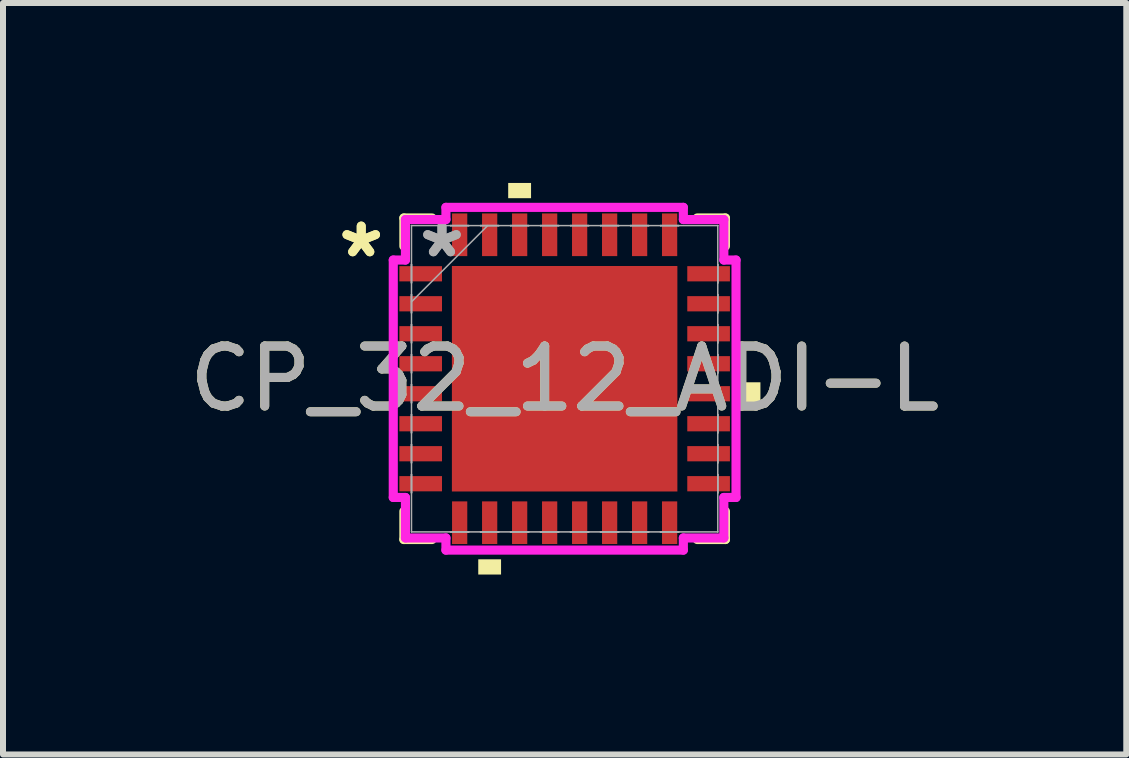
<source format=kicad_pcb>
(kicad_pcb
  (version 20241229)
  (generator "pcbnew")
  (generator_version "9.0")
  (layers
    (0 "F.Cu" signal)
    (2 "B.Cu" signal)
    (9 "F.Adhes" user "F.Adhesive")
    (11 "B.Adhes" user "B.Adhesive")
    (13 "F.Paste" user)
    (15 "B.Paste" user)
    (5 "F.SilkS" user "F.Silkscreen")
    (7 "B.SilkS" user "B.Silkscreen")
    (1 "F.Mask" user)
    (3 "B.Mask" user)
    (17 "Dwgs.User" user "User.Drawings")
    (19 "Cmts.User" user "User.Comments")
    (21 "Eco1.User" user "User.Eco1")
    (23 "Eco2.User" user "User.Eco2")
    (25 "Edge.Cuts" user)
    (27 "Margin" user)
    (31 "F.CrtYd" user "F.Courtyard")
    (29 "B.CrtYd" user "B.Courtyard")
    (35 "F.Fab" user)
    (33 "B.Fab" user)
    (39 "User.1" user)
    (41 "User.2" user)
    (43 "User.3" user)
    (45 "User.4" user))
  (footprint "CP_32_12_ADI-L"
    (layer "F.Cu")
    (at 6.363 3.264)
    (property "Reference" "CP_32_12_ADI-L" (at 0 0 0) (unlocked yes) (layer "F.SilkS") (effects (font (size 1 1) (thickness 0.15))))
    (attr smd)
    (fp_line (start -2.68 -2.68) (end -2.68 -2.21) (stroke (width 0.152) (type solid)) (layer "F.SilkS"))
    (fp_line (start -2.68 2.21) (end -2.68 2.68) (stroke (width 0.152) (type solid)) (layer "F.SilkS"))
    (fp_line (start -2.68 2.68) (end -2.21 2.68) (stroke (width 0.152) (type solid)) (layer "F.SilkS"))
    (fp_line (start -2.21 -2.68) (end -2.68 -2.68) (stroke (width 0.152) (type solid)) (layer "F.SilkS"))
    (fp_line (start 2.21 2.68) (end 2.68 2.68) (stroke (width 0.152) (type solid)) (layer "F.SilkS"))
    (fp_line (start 2.68 -2.68) (end 2.21 -2.68) (stroke (width 0.152) (type solid)) (layer "F.SilkS"))
    (fp_line (start 2.68 -2.21) (end 2.68 -2.68) (stroke (width 0.152) (type solid)) (layer "F.SilkS"))
    (fp_line (start 2.68 2.68) (end 2.68 2.21) (stroke (width 0.152) (type solid)) (layer "F.SilkS"))
    (fp_poly (pts (xy -1.44 3.01) (xy -1.44 3.264) (xy -1.06 3.264) (xy -1.06 3.01)) (stroke (width 0) (type solid)) (fill yes) (layer "F.SilkS"))
    (fp_poly (pts (xy -0.941 -3.01) (xy -0.941 -3.264) (xy -0.56 -3.264) (xy -0.56 -3.01)) (stroke (width 0) (type solid)) (fill yes) (layer "F.SilkS"))
    (fp_poly (pts (xy 3.264 0.059) (xy 3.264 0.441) (xy 3.01 0.441) (xy 3.01 0.059)) (stroke (width 0) (type solid)) (fill yes) (layer "F.SilkS"))
    (fp_poly (pts (xy -1.78 -1.78) (xy -1.78 -0.1) (xy -0.1 -0.1) (xy -0.1 -1.78)) (stroke (width 0) (type solid)) (fill yes) (layer "F.Paste"))
    (fp_poly (pts (xy -1.78 0.1) (xy -1.78 1.78) (xy -0.1 1.78) (xy -0.1 0.1)) (stroke (width 0) (type solid)) (fill yes) (layer "F.Paste"))
    (fp_poly (pts (xy 0.1 -1.78) (xy 0.1 -0.1) (xy 1.78 -0.1) (xy 1.78 -1.78)) (stroke (width 0) (type solid)) (fill yes) (layer "F.Paste"))
    (fp_poly (pts (xy 0.1 0.1) (xy 0.1 1.78) (xy 1.78 1.78) (xy 1.78 0.1)) (stroke (width 0) (type solid)) (fill yes) (layer "F.Paste"))
    (fp_line (start -2.857 -1.979) (end -2.654 -1.979) (stroke (width 0.152) (type solid)) (layer "F.CrtYd"))
    (fp_line (start -2.857 1.979) (end -2.857 -1.979) (stroke (width 0.152) (type solid)) (layer "F.CrtYd"))
    (fp_line (start -2.654 -2.654) (end -1.979 -2.654) (stroke (width 0.152) (type solid)) (layer "F.CrtYd"))
    (fp_line (start -2.654 -1.979) (end -2.654 -2.654) (stroke (width 0.152) (type solid)) (layer "F.CrtYd"))
    (fp_line (start -2.654 1.979) (end -2.857 1.979) (stroke (width 0.152) (type solid)) (layer "F.CrtYd"))
    (fp_line (start -2.654 2.654) (end -2.654 1.979) (stroke (width 0.152) (type solid)) (layer "F.CrtYd"))
    (fp_line (start -1.979 -2.857) (end 1.979 -2.857) (stroke (width 0.152) (type solid)) (layer "F.CrtYd"))
    (fp_line (start -1.979 -2.654) (end -1.979 -2.857) (stroke (width 0.152) (type solid)) (layer "F.CrtYd"))
    (fp_line (start -1.979 2.654) (end -2.654 2.654) (stroke (width 0.152) (type solid)) (layer "F.CrtYd"))
    (fp_line (start -1.979 2.857) (end -1.979 2.654) (stroke (width 0.152) (type solid)) (layer "F.CrtYd"))
    (fp_line (start 1.979 -2.857) (end 1.979 -2.654) (stroke (width 0.152) (type solid)) (layer "F.CrtYd"))
    (fp_line (start 1.979 -2.654) (end 2.654 -2.654) (stroke (width 0.152) (type solid)) (layer "F.CrtYd"))
    (fp_line (start 1.979 2.654) (end 1.979 2.857) (stroke (width 0.152) (type solid)) (layer "F.CrtYd"))
    (fp_line (start 1.979 2.857) (end -1.979 2.857) (stroke (width 0.152) (type solid)) (layer "F.CrtYd"))
    (fp_line (start 2.654 -2.654) (end 2.654 -1.979) (stroke (width 0.152) (type solid)) (layer "F.CrtYd"))
    (fp_line (start 2.654 -1.979) (end 2.857 -1.979) (stroke (width 0.152) (type solid)) (layer "F.CrtYd"))
    (fp_line (start 2.654 1.979) (end 2.654 2.654) (stroke (width 0.152) (type solid)) (layer "F.CrtYd"))
    (fp_line (start 2.654 2.654) (end 1.979 2.654) (stroke (width 0.152) (type solid)) (layer "F.CrtYd"))
    (fp_line (start 2.857 -1.979) (end 2.857 1.979) (stroke (width 0.152) (type solid)) (layer "F.CrtYd"))
    (fp_line (start 2.857 1.979) (end 2.654 1.979) (stroke (width 0.152) (type solid)) (layer "F.CrtYd"))
    (fp_line (start -2.553 -2.553) (end -2.553 -2.553) (stroke (width 0.025) (type solid)) (layer "F.Fab"))
    (fp_line (start -2.553 -2.553) (end -2.553 2.553) (stroke (width 0.025) (type solid)) (layer "F.Fab"))
    (fp_line (start -2.553 -1.902) (end -2.553 -1.902) (stroke (width 0.025) (type solid)) (layer "F.Fab"))
    (fp_line (start -2.553 -1.902) (end -2.553 -1.598) (stroke (width 0.025) (type solid)) (layer "F.Fab"))
    (fp_line (start -2.553 -1.598) (end -2.553 -1.902) (stroke (width 0.025) (type solid)) (layer "F.Fab"))
    (fp_line (start -2.553 -1.598) (end -2.553 -1.598) (stroke (width 0.025) (type solid)) (layer "F.Fab"))
    (fp_line (start -2.553 -1.402) (end -2.553 -1.402) (stroke (width 0.025) (type solid)) (layer "F.Fab"))
    (fp_line (start -2.553 -1.402) (end -2.553 -1.098) (stroke (width 0.025) (type solid)) (layer "F.Fab"))
    (fp_line (start -2.553 -1.283) (end -1.283 -2.553) (stroke (width 0.025) (type solid)) (layer "F.Fab"))
    (fp_line (start -2.553 -1.098) (end -2.553 -1.402) (stroke (width 0.025) (type solid)) (layer "F.Fab"))
    (fp_line (start -2.553 -1.098) (end -2.553 -1.098) (stroke (width 0.025) (type solid)) (layer "F.Fab"))
    (fp_line (start -2.553 -0.902) (end -2.553 -0.902) (stroke (width 0.025) (type solid)) (layer "F.Fab"))
    (fp_line (start -2.553 -0.902) (end -2.553 -0.598) (stroke (width 0.025) (type solid)) (layer "F.Fab"))
    (fp_line (start -2.553 -0.598) (end -2.553 -0.902) (stroke (width 0.025) (type solid)) (layer "F.Fab"))
    (fp_line (start -2.553 -0.598) (end -2.553 -0.598) (stroke (width 0.025) (type solid)) (layer "F.Fab"))
    (fp_line (start -2.553 -0.402) (end -2.553 -0.402) (stroke (width 0.025) (type solid)) (layer "F.Fab"))
    (fp_line (start -2.553 -0.402) (end -2.553 -0.098) (stroke (width 0.025) (type solid)) (layer "F.Fab"))
    (fp_line (start -2.553 -0.098) (end -2.553 -0.402) (stroke (width 0.025) (type solid)) (layer "F.Fab"))
    (fp_line (start -2.553 -0.098) (end -2.553 -0.098) (stroke (width 0.025) (type solid)) (layer "F.Fab"))
    (fp_line (start -2.553 0.098) (end -2.553 0.098) (stroke (width 0.025) (type solid)) (layer "F.Fab"))
    (fp_line (start -2.553 0.098) (end -2.553 0.402) (stroke (width 0.025) (type solid)) (layer "F.Fab"))
    (fp_line (start -2.553 0.402) (end -2.553 0.098) (stroke (width 0.025) (type solid)) (layer "F.Fab"))
    (fp_line (start -2.553 0.402) (end -2.553 0.402) (stroke (width 0.025) (type solid)) (layer "F.Fab"))
    (fp_line (start -2.553 0.598) (end -2.553 0.598) (stroke (width 0.025) (type solid)) (layer "F.Fab"))
    (fp_line (start -2.553 0.598) (end -2.553 0.902) (stroke (width 0.025) (type solid)) (layer "F.Fab"))
    (fp_line (start -2.553 0.902) (end -2.553 0.598) (stroke (width 0.025) (type solid)) (layer "F.Fab"))
    (fp_line (start -2.553 0.902) (end -2.553 0.902) (stroke (width 0.025) (type solid)) (layer "F.Fab"))
    (fp_line (start -2.553 1.098) (end -2.553 1.098) (stroke (width 0.025) (type solid)) (layer "F.Fab"))
    (fp_line (start -2.553 1.098) (end -2.553 1.402) (stroke (width 0.025) (type solid)) (layer "F.Fab"))
    (fp_line (start -2.553 1.402) (end -2.553 1.098) (stroke (width 0.025) (type solid)) (layer "F.Fab"))
    (fp_line (start -2.553 1.402) (end -2.553 1.402) (stroke (width 0.025) (type solid)) (layer "F.Fab"))
    (fp_line (start -2.553 1.598) (end -2.553 1.598) (stroke (width 0.025) (type solid)) (layer "F.Fab"))
    (fp_line (start -2.553 1.598) (end -2.553 1.902) (stroke (width 0.025) (type solid)) (layer "F.Fab"))
    (fp_line (start -2.553 1.902) (end -2.553 1.598) (stroke (width 0.025) (type solid)) (layer "F.Fab"))
    (fp_line (start -2.553 1.902) (end -2.553 1.902) (stroke (width 0.025) (type solid)) (layer "F.Fab"))
    (fp_line (start -2.553 2.553) (end -2.553 2.553) (stroke (width 0.025) (type solid)) (layer "F.Fab"))
    (fp_line (start -2.553 2.553) (end 2.553 2.553) (stroke (width 0.025) (type solid)) (layer "F.Fab"))
    (fp_line (start -1.902 -2.553) (end -1.902 -2.553) (stroke (width 0.025) (type solid)) (layer "F.Fab"))
    (fp_line (start -1.902 -2.553) (end -1.598 -2.553) (stroke (width 0.025) (type solid)) (layer "F.Fab"))
    (fp_line (start -1.902 2.553) (end -1.902 2.553) (stroke (width 0.025) (type solid)) (layer "F.Fab"))
    (fp_line (start -1.902 2.553) (end -1.598 2.553) (stroke (width 0.025) (type solid)) (layer "F.Fab"))
    (fp_line (start -1.598 -2.553) (end -1.902 -2.553) (stroke (width 0.025) (type solid)) (layer "F.Fab"))
    (fp_line (start -1.598 -2.553) (end -1.598 -2.553) (stroke (width 0.025) (type solid)) (layer "F.Fab"))
    (fp_line (start -1.598 2.553) (end -1.902 2.553) (stroke (width 0.025) (type solid)) (layer "F.Fab"))
    (fp_line (start -1.598 2.553) (end -1.598 2.553) (stroke (width 0.025) (type solid)) (layer "F.Fab"))
    (fp_line (start -1.402 -2.553) (end -1.402 -2.553) (stroke (width 0.025) (type solid)) (layer "F.Fab"))
    (fp_line (start -1.402 -2.553) (end -1.098 -2.553) (stroke (width 0.025) (type solid)) (layer "F.Fab"))
    (fp_line (start -1.402 2.553) (end -1.402 2.553) (stroke (width 0.025) (type solid)) (layer "F.Fab"))
    (fp_line (start -1.402 2.553) (end -1.098 2.553) (stroke (width 0.025) (type solid)) (layer "F.Fab"))
    (fp_line (start -1.098 -2.553) (end -1.402 -2.553) (stroke (width 0.025) (type solid)) (layer "F.Fab"))
    (fp_line (start -1.098 -2.553) (end -1.098 -2.553) (stroke (width 0.025) (type solid)) (layer "F.Fab"))
    (fp_line (start -1.098 2.553) (end -1.402 2.553) (stroke (width 0.025) (type solid)) (layer "F.Fab"))
    (fp_line (start -1.098 2.553) (end -1.098 2.553) (stroke (width 0.025) (type solid)) (layer "F.Fab"))
    (fp_line (start -0.902 -2.553) (end -0.902 -2.553) (stroke (width 0.025) (type solid)) (layer "F.Fab"))
    (fp_line (start -0.902 -2.553) (end -0.598 -2.553) (stroke (width 0.025) (type solid)) (layer "F.Fab"))
    (fp_line (start -0.902 2.553) (end -0.902 2.553) (stroke (width 0.025) (type solid)) (layer "F.Fab"))
    (fp_line (start -0.902 2.553) (end -0.598 2.553) (stroke (width 0.025) (type solid)) (layer "F.Fab"))
    (fp_line (start -0.598 -2.553) (end -0.902 -2.553) (stroke (width 0.025) (type solid)) (layer "F.Fab"))
    (fp_line (start -0.598 -2.553) (end -0.598 -2.553) (stroke (width 0.025) (type solid)) (layer "F.Fab"))
    (fp_line (start -0.598 2.553) (end -0.902 2.553) (stroke (width 0.025) (type solid)) (layer "F.Fab"))
    (fp_line (start -0.598 2.553) (end -0.598 2.553) (stroke (width 0.025) (type solid)) (layer "F.Fab"))
    (fp_line (start -0.402 -2.553) (end -0.402 -2.553) (stroke (width 0.025) (type solid)) (layer "F.Fab"))
    (fp_line (start -0.402 -2.553) (end -0.098 -2.553) (stroke (width 0.025) (type solid)) (layer "F.Fab"))
    (fp_line (start -0.402 2.553) (end -0.402 2.553) (stroke (width 0.025) (type solid)) (layer "F.Fab"))
    (fp_line (start -0.402 2.553) (end -0.098 2.553) (stroke (width 0.025) (type solid)) (layer "F.Fab"))
    (fp_line (start -0.098 -2.553) (end -0.402 -2.553) (stroke (width 0.025) (type solid)) (layer "F.Fab"))
    (fp_line (start -0.098 -2.553) (end -0.098 -2.553) (stroke (width 0.025) (type solid)) (layer "F.Fab"))
    (fp_line (start -0.098 2.553) (end -0.402 2.553) (stroke (width 0.025) (type solid)) (layer "F.Fab"))
    (fp_line (start -0.098 2.553) (end -0.098 2.553) (stroke (width 0.025) (type solid)) (layer "F.Fab"))
    (fp_line (start 0.098 -2.553) (end 0.098 -2.553) (stroke (width 0.025) (type solid)) (layer "F.Fab"))
    (fp_line (start 0.098 -2.553) (end 0.402 -2.553) (stroke (width 0.025) (type solid)) (layer "F.Fab"))
    (fp_line (start 0.098 2.553) (end 0.098 2.553) (stroke (width 0.025) (type solid)) (layer "F.Fab"))
    (fp_line (start 0.098 2.553) (end 0.402 2.553) (stroke (width 0.025) (type solid)) (layer "F.Fab"))
    (fp_line (start 0.402 -2.553) (end 0.098 -2.553) (stroke (width 0.025) (type solid)) (layer "F.Fab"))
    (fp_line (start 0.402 -2.553) (end 0.402 -2.553) (stroke (width 0.025) (type solid)) (layer "F.Fab"))
    (fp_line (start 0.402 2.553) (end 0.098 2.553) (stroke (width 0.025) (type solid)) (layer "F.Fab"))
    (fp_line (start 0.402 2.553) (end 0.402 2.553) (stroke (width 0.025) (type solid)) (layer "F.Fab"))
    (fp_line (start 0.598 -2.553) (end 0.598 -2.553) (stroke (width 0.025) (type solid)) (layer "F.Fab"))
    (fp_line (start 0.598 -2.553) (end 0.902 -2.553) (stroke (width 0.025) (type solid)) (layer "F.Fab"))
    (fp_line (start 0.598 2.553) (end 0.598 2.553) (stroke (width 0.025) (type solid)) (layer "F.Fab"))
    (fp_line (start 0.598 2.553) (end 0.902 2.553) (stroke (width 0.025) (type solid)) (layer "F.Fab"))
    (fp_line (start 0.902 -2.553) (end 0.598 -2.553) (stroke (width 0.025) (type solid)) (layer "F.Fab"))
    (fp_line (start 0.902 -2.553) (end 0.902 -2.553) (stroke (width 0.025) (type solid)) (layer "F.Fab"))
    (fp_line (start 0.902 2.553) (end 0.598 2.553) (stroke (width 0.025) (type solid)) (layer "F.Fab"))
    (fp_line (start 0.902 2.553) (end 0.902 2.553) (stroke (width 0.025) (type solid)) (layer "F.Fab"))
    (fp_line (start 1.098 -2.553) (end 1.098 -2.553) (stroke (width 0.025) (type solid)) (layer "F.Fab"))
    (fp_line (start 1.098 -2.553) (end 1.402 -2.553) (stroke (width 0.025) (type solid)) (layer "F.Fab"))
    (fp_line (start 1.098 2.553) (end 1.098 2.553) (stroke (width 0.025) (type solid)) (layer "F.Fab"))
    (fp_line (start 1.098 2.553) (end 1.402 2.553) (stroke (width 0.025) (type solid)) (layer "F.Fab"))
    (fp_line (start 1.402 -2.553) (end 1.098 -2.553) (stroke (width 0.025) (type solid)) (layer "F.Fab"))
    (fp_line (start 1.402 -2.553) (end 1.402 -2.553) (stroke (width 0.025) (type solid)) (layer "F.Fab"))
    (fp_line (start 1.402 2.553) (end 1.098 2.553) (stroke (width 0.025) (type solid)) (layer "F.Fab"))
    (fp_line (start 1.402 2.553) (end 1.402 2.553) (stroke (width 0.025) (type solid)) (layer "F.Fab"))
    (fp_line (start 1.598 -2.553) (end 1.598 -2.553) (stroke (width 0.025) (type solid)) (layer "F.Fab"))
    (fp_line (start 1.598 -2.553) (end 1.902 -2.553) (stroke (width 0.025) (type solid)) (layer "F.Fab"))
    (fp_line (start 1.598 2.553) (end 1.598 2.553) (stroke (width 0.025) (type solid)) (layer "F.Fab"))
    (fp_line (start 1.598 2.553) (end 1.902 2.553) (stroke (width 0.025) (type solid)) (layer "F.Fab"))
    (fp_line (start 1.902 -2.553) (end 1.598 -2.553) (stroke (width 0.025) (type solid)) (layer "F.Fab"))
    (fp_line (start 1.902 -2.553) (end 1.902 -2.553) (stroke (width 0.025) (type solid)) (layer "F.Fab"))
    (fp_line (start 1.902 2.553) (end 1.598 2.553) (stroke (width 0.025) (type solid)) (layer "F.Fab"))
    (fp_line (start 1.902 2.553) (end 1.902 2.553) (stroke (width 0.025) (type solid)) (layer "F.Fab"))
    (fp_line (start 2.553 -2.553) (end -2.553 -2.553) (stroke (width 0.025) (type solid)) (layer "F.Fab"))
    (fp_line (start 2.553 -2.553) (end 2.553 -2.553) (stroke (width 0.025) (type solid)) (layer "F.Fab"))
    (fp_line (start 2.553 -1.902) (end 2.553 -1.902) (stroke (width 0.025) (type solid)) (layer "F.Fab"))
    (fp_line (start 2.553 -1.902) (end 2.553 -1.598) (stroke (width 0.025) (type solid)) (layer "F.Fab"))
    (fp_line (start 2.553 -1.598) (end 2.553 -1.902) (stroke (width 0.025) (type solid)) (layer "F.Fab"))
    (fp_line (start 2.553 -1.598) (end 2.553 -1.598) (stroke (width 0.025) (type solid)) (layer "F.Fab"))
    (fp_line (start 2.553 -1.402) (end 2.553 -1.402) (stroke (width 0.025) (type solid)) (layer "F.Fab"))
    (fp_line (start 2.553 -1.402) (end 2.553 -1.098) (stroke (width 0.025) (type solid)) (layer "F.Fab"))
    (fp_line (start 2.553 -1.098) (end 2.553 -1.402) (stroke (width 0.025) (type solid)) (layer "F.Fab"))
    (fp_line (start 2.553 -1.098) (end 2.553 -1.098) (stroke (width 0.025) (type solid)) (layer "F.Fab"))
    (fp_line (start 2.553 -0.902) (end 2.553 -0.902) (stroke (width 0.025) (type solid)) (layer "F.Fab"))
    (fp_line (start 2.553 -0.902) (end 2.553 -0.598) (stroke (width 0.025) (type solid)) (layer "F.Fab"))
    (fp_line (start 2.553 -0.598) (end 2.553 -0.902) (stroke (width 0.025) (type solid)) (layer "F.Fab"))
    (fp_line (start 2.553 -0.598) (end 2.553 -0.598) (stroke (width 0.025) (type solid)) (layer "F.Fab"))
    (fp_line (start 2.553 -0.402) (end 2.553 -0.402) (stroke (width 0.025) (type solid)) (layer "F.Fab"))
    (fp_line (start 2.553 -0.402) (end 2.553 -0.098) (stroke (width 0.025) (type solid)) (layer "F.Fab"))
    (fp_line (start 2.553 -0.098) (end 2.553 -0.402) (stroke (width 0.025) (type solid)) (layer "F.Fab"))
    (fp_line (start 2.553 -0.098) (end 2.553 -0.098) (stroke (width 0.025) (type solid)) (layer "F.Fab"))
    (fp_line (start 2.553 0.098) (end 2.553 0.098) (stroke (width 0.025) (type solid)) (layer "F.Fab"))
    (fp_line (start 2.553 0.098) (end 2.553 0.402) (stroke (width 0.025) (type solid)) (layer "F.Fab"))
    (fp_line (start 2.553 0.402) (end 2.553 0.098) (stroke (width 0.025) (type solid)) (layer "F.Fab"))
    (fp_line (start 2.553 0.402) (end 2.553 0.402) (stroke (width 0.025) (type solid)) (layer "F.Fab"))
    (fp_line (start 2.553 0.598) (end 2.553 0.598) (stroke (width 0.025) (type solid)) (layer "F.Fab"))
    (fp_line (start 2.553 0.598) (end 2.553 0.902) (stroke (width 0.025) (type solid)) (layer "F.Fab"))
    (fp_line (start 2.553 0.902) (end 2.553 0.598) (stroke (width 0.025) (type solid)) (layer "F.Fab"))
    (fp_line (start 2.553 0.902) (end 2.553 0.902) (stroke (width 0.025) (type solid)) (layer "F.Fab"))
    (fp_line (start 2.553 1.098) (end 2.553 1.098) (stroke (width 0.025) (type solid)) (layer "F.Fab"))
    (fp_line (start 2.553 1.098) (end 2.553 1.402) (stroke (width 0.025) (type solid)) (layer "F.Fab"))
    (fp_line (start 2.553 1.402) (end 2.553 1.098) (stroke (width 0.025) (type solid)) (layer "F.Fab"))
    (fp_line (start 2.553 1.402) (end 2.553 1.402) (stroke (width 0.025) (type solid)) (layer "F.Fab"))
    (fp_line (start 2.553 1.598) (end 2.553 1.598) (stroke (width 0.025) (type solid)) (layer "F.Fab"))
    (fp_line (start 2.553 1.598) (end 2.553 1.902) (stroke (width 0.025) (type solid)) (layer "F.Fab"))
    (fp_line (start 2.553 1.902) (end 2.553 1.598) (stroke (width 0.025) (type solid)) (layer "F.Fab"))
    (fp_line (start 2.553 1.902) (end 2.553 1.902) (stroke (width 0.025) (type solid)) (layer "F.Fab"))
    (fp_line (start 2.553 2.553) (end 2.553 -2.553) (stroke (width 0.025) (type solid)) (layer "F.Fab"))
    (fp_line (start 2.553 2.553) (end 2.553 2.553) (stroke (width 0.025) (type solid)) (layer "F.Fab"))
    (fp_text user "*" (at -3.391 -2 0) (layer "F.SilkS") (effects (font (size 1 1) (thickness 0.15))))
    (fp_text user "*" (at -3.391 -2 0) (unlocked yes) (layer "F.SilkS") (effects (font (size 1 1) (thickness 0.15))))
    (fp_text user "${REFERENCE}" (at 0 0 0) (unlocked yes) (layer "F.Fab") (effects (font (size 1 1) (thickness 0.15))))
    (fp_text user "*" (at -2.045 -2 0) (unlocked yes) (layer "F.Fab") (effects (font (size 1 1) (thickness 0.15))))
    (fp_text user "*" (at -2.045 -2 0) (layer "F.Fab") (effects (font (size 1 1) (thickness 0.15))))
    (pad "1" smd rect (at -2.4 -1.75 90) (size 0.254 0.711) (layers "F.Cu" "F.Mask" "F.Paste"))
    (pad "2" smd rect (at -2.4 -1.25 90) (size 0.254 0.711) (layers "F.Cu" "F.Mask" "F.Paste"))
    (pad "3" smd rect (at -2.4 -0.75 90) (size 0.254 0.711) (layers "F.Cu" "F.Mask" "F.Paste"))
    (pad "4" smd rect (at -2.4 -0.25 90) (size 0.254 0.711) (layers "F.Cu" "F.Mask" "F.Paste"))
    (pad "5" smd rect (at -2.4 0.25 90) (size 0.254 0.711) (layers "F.Cu" "F.Mask" "F.Paste"))
    (pad "6" smd rect (at -2.4 0.75 90) (size 0.254 0.711) (layers "F.Cu" "F.Mask" "F.Paste"))
    (pad "7" smd rect (at -2.4 1.25 90) (size 0.254 0.711) (layers "F.Cu" "F.Mask" "F.Paste"))
    (pad "8" smd rect (at -2.4 1.75 90) (size 0.254 0.711) (layers "F.Cu" "F.Mask" "F.Paste"))
    (pad "9" smd rect (at -1.75 2.4) (size 0.254 0.711) (layers "F.Cu" "F.Mask" "F.Paste"))
    (pad "10" smd rect (at -1.25 2.4) (size 0.254 0.711) (layers "F.Cu" "F.Mask" "F.Paste"))
    (pad "11" smd rect (at -0.75 2.4) (size 0.254 0.711) (layers "F.Cu" "F.Mask" "F.Paste"))
    (pad "12" smd rect (at -0.25 2.4) (size 0.254 0.711) (layers "F.Cu" "F.Mask" "F.Paste"))
    (pad "13" smd rect (at 0.25 2.4) (size 0.254 0.711) (layers "F.Cu" "F.Mask" "F.Paste"))
    (pad "14" smd rect (at 0.75 2.4) (size 0.254 0.711) (layers "F.Cu" "F.Mask" "F.Paste"))
    (pad "15" smd rect (at 1.25 2.4) (size 0.254 0.711) (layers "F.Cu" "F.Mask" "F.Paste"))
    (pad "16" smd rect (at 1.75 2.4) (size 0.254 0.711) (layers "F.Cu" "F.Mask" "F.Paste"))
    (pad "17" smd rect (at 2.4 1.75 90) (size 0.254 0.711) (layers "F.Cu" "F.Mask" "F.Paste"))
    (pad "18" smd rect (at 2.4 1.25 90) (size 0.254 0.711) (layers "F.Cu" "F.Mask" "F.Paste"))
    (pad "19" smd rect (at 2.4 0.75 90) (size 0.254 0.711) (layers "F.Cu" "F.Mask" "F.Paste"))
    (pad "20" smd rect (at 2.4 0.25 90) (size 0.254 0.711) (layers "F.Cu" "F.Mask" "F.Paste"))
    (pad "21" smd rect (at 2.4 -0.25 90) (size 0.254 0.711) (layers "F.Cu" "F.Mask" "F.Paste"))
    (pad "22" smd rect (at 2.4 -0.75 90) (size 0.254 0.711) (layers "F.Cu" "F.Mask" "F.Paste"))
    (pad "23" smd rect (at 2.4 -1.25 90) (size 0.254 0.711) (layers "F.Cu" "F.Mask" "F.Paste"))
    (pad "24" smd rect (at 2.4 -1.75 90) (size 0.254 0.711) (layers "F.Cu" "F.Mask" "F.Paste"))
    (pad "25" smd rect (at 1.75 -2.4) (size 0.254 0.711) (layers "F.Cu" "F.Mask" "F.Paste"))
    (pad "26" smd rect (at 1.25 -2.4) (size 0.254 0.711) (layers "F.Cu" "F.Mask" "F.Paste"))
    (pad "27" smd rect (at 0.75 -2.4) (size 0.254 0.711) (layers "F.Cu" "F.Mask" "F.Paste"))
    (pad "28" smd rect (at 0.25 -2.4) (size 0.254 0.711) (layers "F.Cu" "F.Mask" "F.Paste"))
    (pad "29" smd rect (at -0.25 -2.4) (size 0.254 0.711) (layers "F.Cu" "F.Mask" "F.Paste"))
    (pad "30" smd rect (at -0.75 -2.4) (size 0.254 0.711) (layers "F.Cu" "F.Mask" "F.Paste"))
    (pad "31" smd rect (at -1.25 -2.4) (size 0.254 0.711) (layers "F.Cu" "F.Mask" "F.Paste"))
    (pad "32" smd rect (at -1.75 -2.4) (size 0.254 0.711) (layers "F.Cu" "F.Mask" "F.Paste"))
    (pad "33" smd rect (at 0 0) (size 3.759 3.759) (layers "F.Cu" "F.Mask")))
  (gr_rect
    (start -3 -3)
    (end 15.726 9.528)
    (stroke (width 0.1) (type default))
    (fill no)
    (layer "Edge.Cuts")))
</source>
